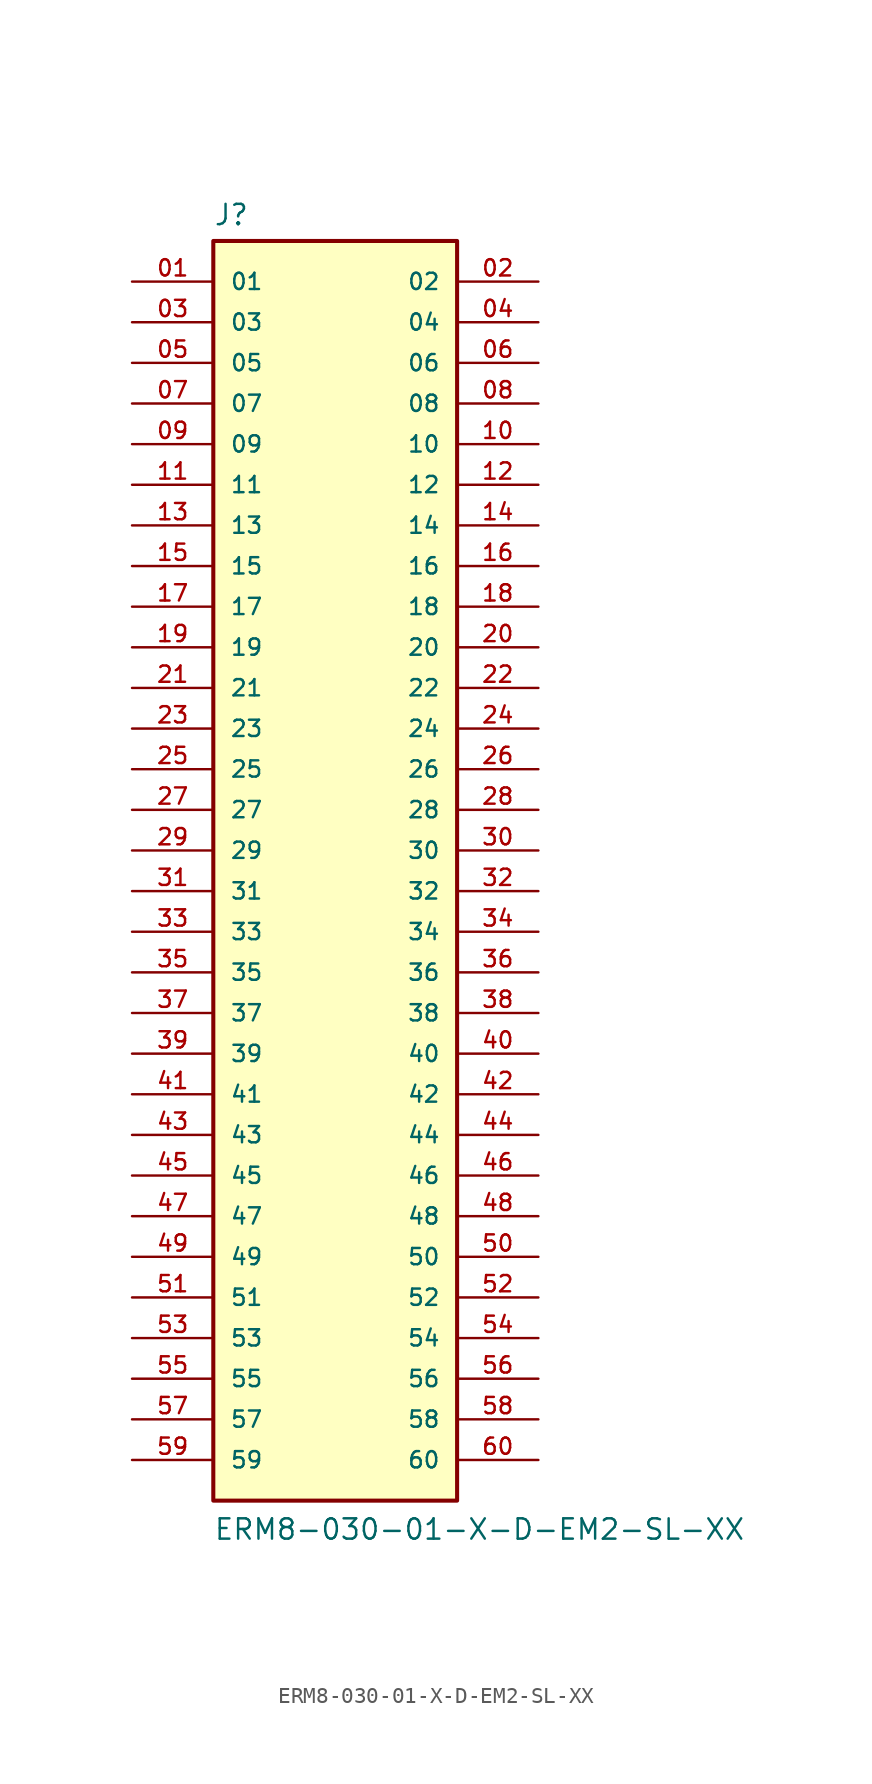
<source format=kicad_sym>
(kicad_symbol_lib
  (version 20211014)
  (generator kicad_symbol_editor)
  (symbol "ERM8-030-01-X-D-EM2-SL-XX"
    (pin_names
      (offset 1.016))
    (property "Reference" "J"
      (at -7.62 38.989 0)
      (effects (font (size 1.27 1.27)) (justify bottom left)))
    (property "Value" "ERM8-030-01-X-D-EM2-SL-XX"
      (at -7.62 -43.18 0)
      (effects (font (size 1.27 1.27)) (justify bottom left)))
    (symbol "ERM8-030-01-X-D-EM2-SL-XX_0_0"
      (rectangle (start -7.62 -40.64) (end 7.62 38.1) (stroke (width 0.254)) (fill (type background)))
      (pin passive line (at -12.7 35.56 0) (length 5.08) (name "01" (effects (font (size 1.016 1.016)))) (number "01" (effects (font (size 1.016 1.016)))))
      (pin passive line (at 12.7 35.56 180.0) (length 5.08) (name "02" (effects (font (size 1.016 1.016)))) (number "02" (effects (font (size 1.016 1.016)))))
      (pin passive line (at -12.7 33.02 0) (length 5.08) (name "03" (effects (font (size 1.016 1.016)))) (number "03" (effects (font (size 1.016 1.016)))))
      (pin passive line (at 12.7 33.02 180.0) (length 5.08) (name "04" (effects (font (size 1.016 1.016)))) (number "04" (effects (font (size 1.016 1.016)))))
      (pin passive line (at -12.7 30.48 0) (length 5.08) (name "05" (effects (font (size 1.016 1.016)))) (number "05" (effects (font (size 1.016 1.016)))))
      (pin passive line (at 12.7 30.48 180.0) (length 5.08) (name "06" (effects (font (size 1.016 1.016)))) (number "06" (effects (font (size 1.016 1.016)))))
      (pin passive line (at -12.7 27.94 0) (length 5.08) (name "07" (effects (font (size 1.016 1.016)))) (number "07" (effects (font (size 1.016 1.016)))))
      (pin passive line (at 12.7 27.94 180.0) (length 5.08) (name "08" (effects (font (size 1.016 1.016)))) (number "08" (effects (font (size 1.016 1.016)))))
      (pin passive line (at -12.7 25.4 0) (length 5.08) (name "09" (effects (font (size 1.016 1.016)))) (number "09" (effects (font (size 1.016 1.016)))))
      (pin passive line (at 12.7 25.4 180.0) (length 5.08) (name "10" (effects (font (size 1.016 1.016)))) (number "10" (effects (font (size 1.016 1.016)))))
      (pin passive line (at -12.7 22.86 0) (length 5.08) (name "11" (effects (font (size 1.016 1.016)))) (number "11" (effects (font (size 1.016 1.016)))))
      (pin passive line (at 12.7 22.86 180.0) (length 5.08) (name "12" (effects (font (size 1.016 1.016)))) (number "12" (effects (font (size 1.016 1.016)))))
      (pin passive line (at -12.7 20.32 0) (length 5.08) (name "13" (effects (font (size 1.016 1.016)))) (number "13" (effects (font (size 1.016 1.016)))))
      (pin passive line (at 12.7 20.32 180.0) (length 5.08) (name "14" (effects (font (size 1.016 1.016)))) (number "14" (effects (font (size 1.016 1.016)))))
      (pin passive line (at -12.7 17.78 0) (length 5.08) (name "15" (effects (font (size 1.016 1.016)))) (number "15" (effects (font (size 1.016 1.016)))))
      (pin passive line (at 12.7 17.78 180.0) (length 5.08) (name "16" (effects (font (size 1.016 1.016)))) (number "16" (effects (font (size 1.016 1.016)))))
      (pin passive line (at -12.7 15.24 0) (length 5.08) (name "17" (effects (font (size 1.016 1.016)))) (number "17" (effects (font (size 1.016 1.016)))))
      (pin passive line (at 12.7 15.24 180.0) (length 5.08) (name "18" (effects (font (size 1.016 1.016)))) (number "18" (effects (font (size 1.016 1.016)))))
      (pin passive line (at -12.7 12.7 0) (length 5.08) (name "19" (effects (font (size 1.016 1.016)))) (number "19" (effects (font (size 1.016 1.016)))))
      (pin passive line (at 12.7 12.7 180.0) (length 5.08) (name "20" (effects (font (size 1.016 1.016)))) (number "20" (effects (font (size 1.016 1.016)))))
      (pin passive line (at -12.7 10.16 0) (length 5.08) (name "21" (effects (font (size 1.016 1.016)))) (number "21" (effects (font (size 1.016 1.016)))))
      (pin passive line (at 12.7 10.16 180.0) (length 5.08) (name "22" (effects (font (size 1.016 1.016)))) (number "22" (effects (font (size 1.016 1.016)))))
      (pin passive line (at -12.7 7.62 0) (length 5.08) (name "23" (effects (font (size 1.016 1.016)))) (number "23" (effects (font (size 1.016 1.016)))))
      (pin passive line (at 12.7 7.62 180.0) (length 5.08) (name "24" (effects (font (size 1.016 1.016)))) (number "24" (effects (font (size 1.016 1.016)))))
      (pin passive line (at -12.7 5.08 0) (length 5.08) (name "25" (effects (font (size 1.016 1.016)))) (number "25" (effects (font (size 1.016 1.016)))))
      (pin passive line (at 12.7 5.08 180.0) (length 5.08) (name "26" (effects (font (size 1.016 1.016)))) (number "26" (effects (font (size 1.016 1.016)))))
      (pin passive line (at -12.7 2.54 0) (length 5.08) (name "27" (effects (font (size 1.016 1.016)))) (number "27" (effects (font (size 1.016 1.016)))))
      (pin passive line (at 12.7 2.54 180.0) (length 5.08) (name "28" (effects (font (size 1.016 1.016)))) (number "28" (effects (font (size 1.016 1.016)))))
      (pin passive line (at -12.7 0.0 0) (length 5.08) (name "29" (effects (font (size 1.016 1.016)))) (number "29" (effects (font (size 1.016 1.016)))))
      (pin passive line (at 12.7 0.0 180.0) (length 5.08) (name "30" (effects (font (size 1.016 1.016)))) (number "30" (effects (font (size 1.016 1.016)))))
      (pin passive line (at -12.7 -2.54 0) (length 5.08) (name "31" (effects (font (size 1.016 1.016)))) (number "31" (effects (font (size 1.016 1.016)))))
      (pin passive line (at 12.7 -2.54 180.0) (length 5.08) (name "32" (effects (font (size 1.016 1.016)))) (number "32" (effects (font (size 1.016 1.016)))))
      (pin passive line (at -12.7 -5.08 0) (length 5.08) (name "33" (effects (font (size 1.016 1.016)))) (number "33" (effects (font (size 1.016 1.016)))))
      (pin passive line (at 12.7 -5.08 180.0) (length 5.08) (name "34" (effects (font (size 1.016 1.016)))) (number "34" (effects (font (size 1.016 1.016)))))
      (pin passive line (at -12.7 -7.62 0) (length 5.08) (name "35" (effects (font (size 1.016 1.016)))) (number "35" (effects (font (size 1.016 1.016)))))
      (pin passive line (at 12.7 -7.62 180.0) (length 5.08) (name "36" (effects (font (size 1.016 1.016)))) (number "36" (effects (font (size 1.016 1.016)))))
      (pin passive line (at -12.7 -10.16 0) (length 5.08) (name "37" (effects (font (size 1.016 1.016)))) (number "37" (effects (font (size 1.016 1.016)))))
      (pin passive line (at 12.7 -10.16 180.0) (length 5.08) (name "38" (effects (font (size 1.016 1.016)))) (number "38" (effects (font (size 1.016 1.016)))))
      (pin passive line (at -12.7 -12.7 0) (length 5.08) (name "39" (effects (font (size 1.016 1.016)))) (number "39" (effects (font (size 1.016 1.016)))))
      (pin passive line (at 12.7 -12.7 180.0) (length 5.08) (name "40" (effects (font (size 1.016 1.016)))) (number "40" (effects (font (size 1.016 1.016)))))
      (pin passive line (at -12.7 -15.24 0) (length 5.08) (name "41" (effects (font (size 1.016 1.016)))) (number "41" (effects (font (size 1.016 1.016)))))
      (pin passive line (at 12.7 -15.24 180.0) (length 5.08) (name "42" (effects (font (size 1.016 1.016)))) (number "42" (effects (font (size 1.016 1.016)))))
      (pin passive line (at -12.7 -17.78 0) (length 5.08) (name "43" (effects (font (size 1.016 1.016)))) (number "43" (effects (font (size 1.016 1.016)))))
      (pin passive line (at 12.7 -17.78 180.0) (length 5.08) (name "44" (effects (font (size 1.016 1.016)))) (number "44" (effects (font (size 1.016 1.016)))))
      (pin passive line (at -12.7 -20.32 0) (length 5.08) (name "45" (effects (font (size 1.016 1.016)))) (number "45" (effects (font (size 1.016 1.016)))))
      (pin passive line (at 12.7 -20.32 180.0) (length 5.08) (name "46" (effects (font (size 1.016 1.016)))) (number "46" (effects (font (size 1.016 1.016)))))
      (pin passive line (at -12.7 -22.86 0) (length 5.08) (name "47" (effects (font (size 1.016 1.016)))) (number "47" (effects (font (size 1.016 1.016)))))
      (pin passive line (at 12.7 -22.86 180.0) (length 5.08) (name "48" (effects (font (size 1.016 1.016)))) (number "48" (effects (font (size 1.016 1.016)))))
      (pin passive line (at -12.7 -25.4 0) (length 5.08) (name "49" (effects (font (size 1.016 1.016)))) (number "49" (effects (font (size 1.016 1.016)))))
      (pin passive line (at 12.7 -25.4 180.0) (length 5.08) (name "50" (effects (font (size 1.016 1.016)))) (number "50" (effects (font (size 1.016 1.016)))))
      (pin passive line (at -12.7 -27.94 0) (length 5.08) (name "51" (effects (font (size 1.016 1.016)))) (number "51" (effects (font (size 1.016 1.016)))))
      (pin passive line (at 12.7 -27.94 180.0) (length 5.08) (name "52" (effects (font (size 1.016 1.016)))) (number "52" (effects (font (size 1.016 1.016)))))
      (pin passive line (at -12.7 -30.48 0) (length 5.08) (name "53" (effects (font (size 1.016 1.016)))) (number "53" (effects (font (size 1.016 1.016)))))
      (pin passive line (at 12.7 -30.48 180.0) (length 5.08) (name "54" (effects (font (size 1.016 1.016)))) (number "54" (effects (font (size 1.016 1.016)))))
      (pin passive line (at -12.7 -33.02 0) (length 5.08) (name "55" (effects (font (size 1.016 1.016)))) (number "55" (effects (font (size 1.016 1.016)))))
      (pin passive line (at 12.7 -33.02 180.0) (length 5.08) (name "56" (effects (font (size 1.016 1.016)))) (number "56" (effects (font (size 1.016 1.016)))))
      (pin passive line (at -12.7 -35.56 0) (length 5.08) (name "57" (effects (font (size 1.016 1.016)))) (number "57" (effects (font (size 1.016 1.016)))))
      (pin passive line (at 12.7 -35.56 180.0) (length 5.08) (name "58" (effects (font (size 1.016 1.016)))) (number "58" (effects (font (size 1.016 1.016)))))
      (pin passive line (at -12.7 -38.1 0) (length 5.08) (name "59" (effects (font (size 1.016 1.016)))) (number "59" (effects (font (size 1.016 1.016)))))
      (pin passive line (at 12.7 -38.1 180.0) (length 5.08) (name "60" (effects (font (size 1.016 1.016)))) (number "60" (effects (font (size 1.016 1.016))))))))
</source>
